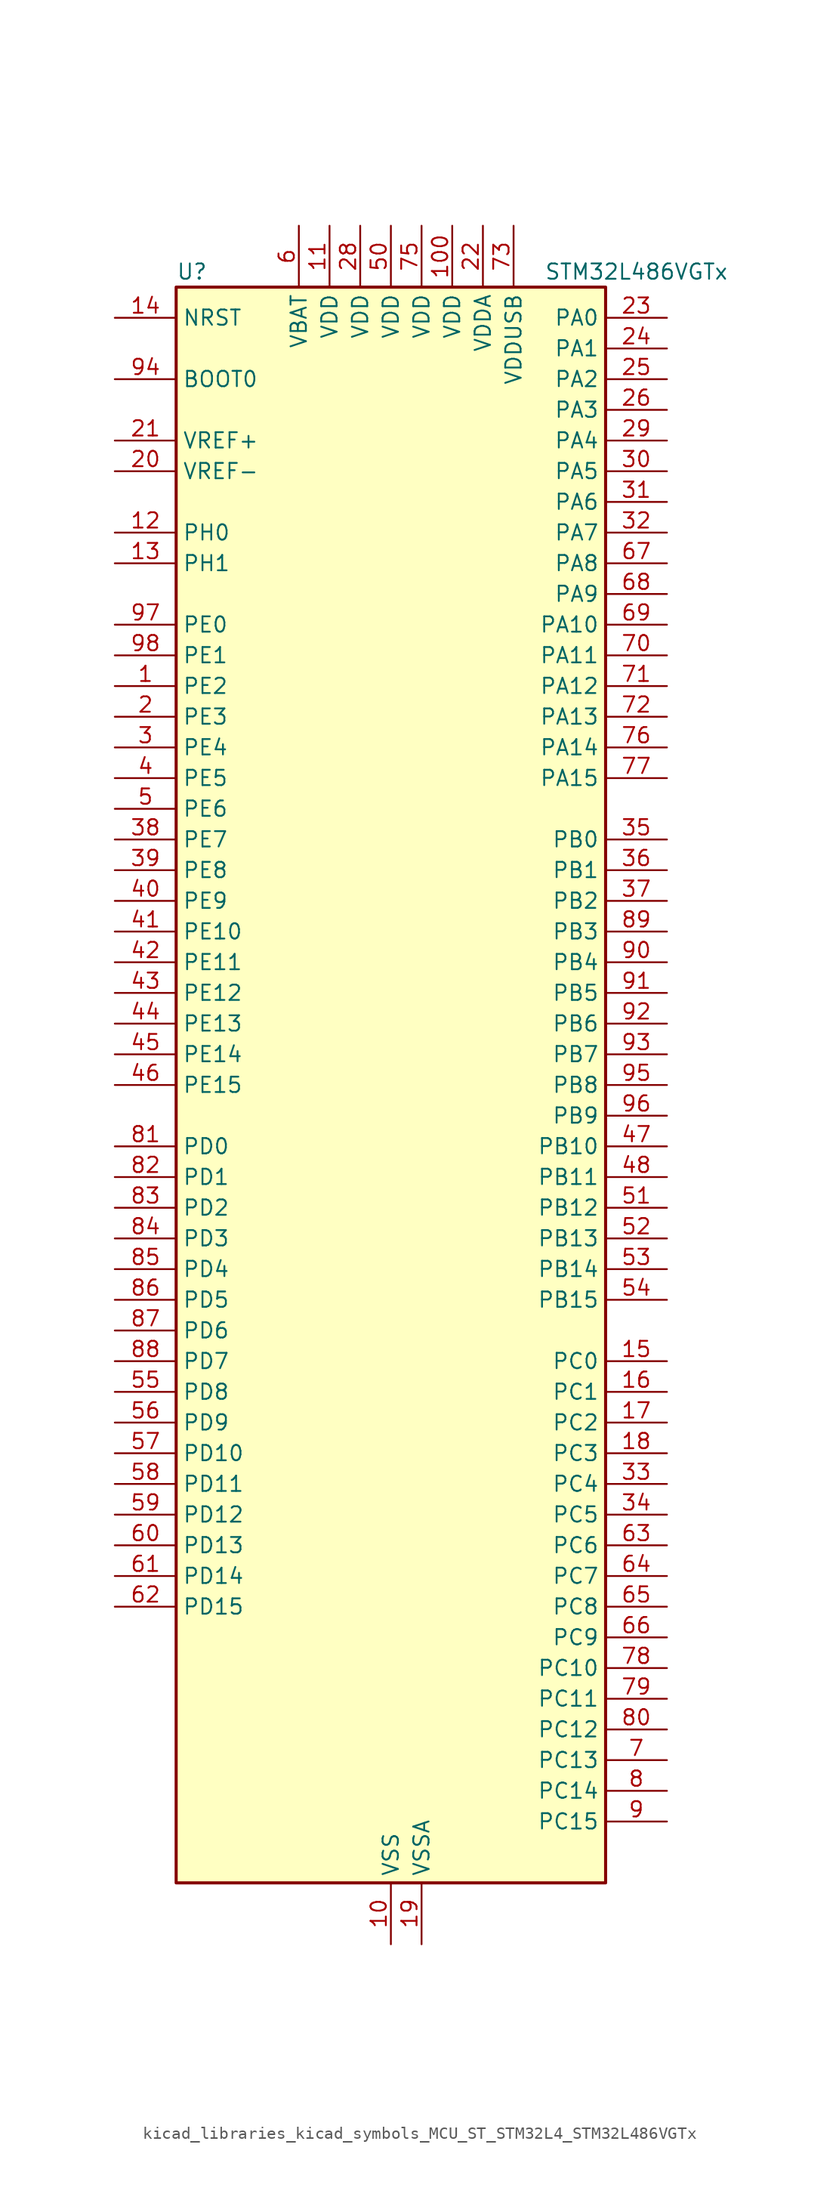
<source format=kicad_sym>
(kicad_symbol_lib
  (version 20220914)
  (generator kicad_symbol_editor)
  (symbol "kicad_libraries_kicad_symbols_MCU_ST_STM32L4_STM32L486VGTx"
    (property "Reference" "U"
      (at -17.78 67.31 0)
      (effects (font (size 1.27 1.27)) (justify left)))
    (property "Value" "STM32L486VGTx"
      (at 12.7 67.31 0)
      (effects (font (size 1.27 1.27)) (justify left)))
    (property "ki_locked" ""
      (at 0 0 0)
      (effects (font (size 1.27 1.27))))
    (symbol "kicad_libraries_kicad_symbols_MCU_ST_STM32L4_STM32L486VGTx_0_1"
      (rectangle (start -17.78 -66.04) (end 17.78 66.04) (stroke (width 0.254) (type default)) (fill (type background))))
    (symbol "kicad_libraries_kicad_symbols_MCU_ST_STM32L4_STM32L486VGTx_1_1"
      (pin bidirectional line (at -22.86 33.02 0) (length 5.08) (name "PE2" (effects (font (size 1.27 1.27)))) (number "1" (effects (font (size 1.27 1.27)))) (alternate "FMC_A23" bidirectional line) (alternate "LCD_SEG38" bidirectional line) (alternate "SAI1_MCLK_A" bidirectional line) (alternate "SYS_TRACECLK" bidirectional line) (alternate "TIM3_ETR" bidirectional line) (alternate "TSC_G7_IO1" bidirectional line))
      (pin power_in line (at 0 -71.12 90) (length 5.08) (name "VSS" (effects (font (size 1.27 1.27)))) (number "10" (effects (font (size 1.27 1.27)))))
      (pin power_in line (at 5.08 71.12 270) (length 5.08) (name "VDD" (effects (font (size 1.27 1.27)))) (number "100" (effects (font (size 1.27 1.27)))))
      (pin power_in line (at -5.08 71.12 270) (length 5.08) (name "VDD" (effects (font (size 1.27 1.27)))) (number "11" (effects (font (size 1.27 1.27)))))
      (pin bidirectional line (at -22.86 45.72 0) (length 5.08) (name "PH0" (effects (font (size 1.27 1.27)))) (number "12" (effects (font (size 1.27 1.27)))) (alternate "RCC_OSC_IN" bidirectional line))
      (pin bidirectional line (at -22.86 43.18 0) (length 5.08) (name "PH1" (effects (font (size 1.27 1.27)))) (number "13" (effects (font (size 1.27 1.27)))) (alternate "RCC_OSC_OUT" bidirectional line))
      (pin input line (at -22.86 63.5 0) (length 5.08) (name "NRST" (effects (font (size 1.27 1.27)))) (number "14" (effects (font (size 1.27 1.27)))))
      (pin bidirectional line (at 22.86 -22.86 180) (length 5.08) (name "PC0" (effects (font (size 1.27 1.27)))) (number "15" (effects (font (size 1.27 1.27)))) (alternate "ADC1_IN1" bidirectional line) (alternate "ADC2_IN1" bidirectional line) (alternate "ADC3_IN1" bidirectional line) (alternate "DFSDM1_DATIN4" bidirectional line) (alternate "I2C3_SCL" bidirectional line) (alternate "LCD_SEG18" bidirectional line) (alternate "LPTIM1_IN1" bidirectional line) (alternate "LPTIM2_IN1" bidirectional line) (alternate "LPUART1_RX" bidirectional line))
      (pin bidirectional line (at 22.86 -25.4 180) (length 5.08) (name "PC1" (effects (font (size 1.27 1.27)))) (number "16" (effects (font (size 1.27 1.27)))) (alternate "ADC1_IN2" bidirectional line) (alternate "ADC2_IN2" bidirectional line) (alternate "ADC3_IN2" bidirectional line) (alternate "DFSDM1_CKIN4" bidirectional line) (alternate "I2C3_SDA" bidirectional line) (alternate "LCD_SEG19" bidirectional line) (alternate "LPTIM1_OUT" bidirectional line) (alternate "LPUART1_TX" bidirectional line))
      (pin bidirectional line (at 22.86 -27.94 180) (length 5.08) (name "PC2" (effects (font (size 1.27 1.27)))) (number "17" (effects (font (size 1.27 1.27)))) (alternate "ADC1_IN3" bidirectional line) (alternate "ADC2_IN3" bidirectional line) (alternate "ADC3_IN3" bidirectional line) (alternate "DFSDM1_CKOUT" bidirectional line) (alternate "LCD_SEG20" bidirectional line) (alternate "LPTIM1_IN2" bidirectional line) (alternate "SPI2_MISO" bidirectional line))
      (pin bidirectional line (at 22.86 -30.48 180) (length 5.08) (name "PC3" (effects (font (size 1.27 1.27)))) (number "18" (effects (font (size 1.27 1.27)))) (alternate "ADC1_IN4" bidirectional line) (alternate "ADC2_IN4" bidirectional line) (alternate "ADC3_IN4" bidirectional line) (alternate "LCD_VLCD" bidirectional line) (alternate "LPTIM1_ETR" bidirectional line) (alternate "LPTIM2_ETR" bidirectional line) (alternate "SAI1_SD_A" bidirectional line) (alternate "SPI2_MOSI" bidirectional line))
      (pin power_in line (at 2.54 -71.12 90) (length 5.08) (name "VSSA" (effects (font (size 1.27 1.27)))) (number "19" (effects (font (size 1.27 1.27)))))
      (pin bidirectional line (at -22.86 30.48 0) (length 5.08) (name "PE3" (effects (font (size 1.27 1.27)))) (number "2" (effects (font (size 1.27 1.27)))) (alternate "FMC_A19" bidirectional line) (alternate "LCD_SEG39" bidirectional line) (alternate "SAI1_SD_B" bidirectional line) (alternate "SYS_TRACED0" bidirectional line) (alternate "TIM3_CH1" bidirectional line) (alternate "TSC_G7_IO2" bidirectional line))
      (pin input line (at -22.86 50.8 0) (length 5.08) (name "VREF-" (effects (font (size 1.27 1.27)))) (number "20" (effects (font (size 1.27 1.27)))))
      (pin input line (at -22.86 53.34 0) (length 5.08) (name "VREF+" (effects (font (size 1.27 1.27)))) (number "21" (effects (font (size 1.27 1.27)))) (alternate "VREFBUF_OUT" bidirectional line))
      (pin power_in line (at 7.62 71.12 270) (length 5.08) (name "VDDA" (effects (font (size 1.27 1.27)))) (number "22" (effects (font (size 1.27 1.27)))))
      (pin bidirectional line (at 22.86 63.5 180) (length 5.08) (name "PA0" (effects (font (size 1.27 1.27)))) (number "23" (effects (font (size 1.27 1.27)))) (alternate "ADC1_IN5" bidirectional line) (alternate "ADC2_IN5" bidirectional line) (alternate "OPAMP1_VINP" bidirectional line) (alternate "RTC_TAMP2" bidirectional line) (alternate "SAI1_EXTCLK" bidirectional line) (alternate "SYS_WKUP1" bidirectional line) (alternate "TIM2_CH1" bidirectional line) (alternate "TIM2_ETR" bidirectional line) (alternate "TIM5_CH1" bidirectional line) (alternate "TIM8_ETR" bidirectional line) (alternate "UART4_TX" bidirectional line) (alternate "USART2_CTS" bidirectional line))
      (pin bidirectional line (at 22.86 60.96 180) (length 5.08) (name "PA1" (effects (font (size 1.27 1.27)))) (number "24" (effects (font (size 1.27 1.27)))) (alternate "ADC1_IN6" bidirectional line) (alternate "ADC2_IN6" bidirectional line) (alternate "LCD_SEG0" bidirectional line) (alternate "OPAMP1_VINM" bidirectional line) (alternate "TIM15_CH1N" bidirectional line) (alternate "TIM2_CH2" bidirectional line) (alternate "TIM5_CH2" bidirectional line) (alternate "UART4_RX" bidirectional line) (alternate "USART2_DE" bidirectional line) (alternate "USART2_RTS" bidirectional line))
      (pin bidirectional line (at 22.86 58.42 180) (length 5.08) (name "PA2" (effects (font (size 1.27 1.27)))) (number "25" (effects (font (size 1.27 1.27)))) (alternate "ADC1_IN7" bidirectional line) (alternate "ADC2_IN7" bidirectional line) (alternate "LCD_SEG1" bidirectional line) (alternate "RCC_LSCO" bidirectional line) (alternate "SAI2_EXTCLK" bidirectional line) (alternate "SYS_WKUP4" bidirectional line) (alternate "TIM15_CH1" bidirectional line) (alternate "TIM2_CH3" bidirectional line) (alternate "TIM5_CH3" bidirectional line) (alternate "USART2_TX" bidirectional line))
      (pin bidirectional line (at 22.86 55.88 180) (length 5.08) (name "PA3" (effects (font (size 1.27 1.27)))) (number "26" (effects (font (size 1.27 1.27)))) (alternate "ADC1_IN8" bidirectional line) (alternate "ADC2_IN8" bidirectional line) (alternate "LCD_SEG2" bidirectional line) (alternate "OPAMP1_VOUT" bidirectional line) (alternate "TIM15_CH2" bidirectional line) (alternate "TIM2_CH4" bidirectional line) (alternate "TIM5_CH4" bidirectional line) (alternate "USART2_RX" bidirectional line))
      (pin passive line (at 0 -71.12 90) (length 5.08) hide (name "VSS" (effects (font (size 1.27 1.27)))) (number "27" (effects (font (size 1.27 1.27)))))
      (pin power_in line (at -2.54 71.12 270) (length 5.08) (name "VDD" (effects (font (size 1.27 1.27)))) (number "28" (effects (font (size 1.27 1.27)))))
      (pin bidirectional line (at 22.86 53.34 180) (length 5.08) (name "PA4" (effects (font (size 1.27 1.27)))) (number "29" (effects (font (size 1.27 1.27)))) (alternate "ADC1_IN9" bidirectional line) (alternate "ADC2_IN9" bidirectional line) (alternate "DAC1_OUT1" bidirectional line) (alternate "LPTIM2_OUT" bidirectional line) (alternate "SAI1_FS_B" bidirectional line) (alternate "SPI1_NSS" bidirectional line) (alternate "SPI3_NSS" bidirectional line) (alternate "USART2_CK" bidirectional line))
      (pin bidirectional line (at -22.86 27.94 0) (length 5.08) (name "PE4" (effects (font (size 1.27 1.27)))) (number "3" (effects (font (size 1.27 1.27)))) (alternate "DFSDM1_DATIN3" bidirectional line) (alternate "FMC_A20" bidirectional line) (alternate "SAI1_FS_A" bidirectional line) (alternate "SYS_TRACED1" bidirectional line) (alternate "TIM3_CH2" bidirectional line) (alternate "TSC_G7_IO3" bidirectional line))
      (pin bidirectional line (at 22.86 50.8 180) (length 5.08) (name "PA5" (effects (font (size 1.27 1.27)))) (number "30" (effects (font (size 1.27 1.27)))) (alternate "ADC1_IN10" bidirectional line) (alternate "ADC2_IN10" bidirectional line) (alternate "DAC1_OUT2" bidirectional line) (alternate "LPTIM2_ETR" bidirectional line) (alternate "SPI1_SCK" bidirectional line) (alternate "TIM2_CH1" bidirectional line) (alternate "TIM2_ETR" bidirectional line) (alternate "TIM8_CH1N" bidirectional line))
      (pin bidirectional line (at 22.86 48.26 180) (length 5.08) (name "PA6" (effects (font (size 1.27 1.27)))) (number "31" (effects (font (size 1.27 1.27)))) (alternate "ADC1_IN11" bidirectional line) (alternate "ADC2_IN11" bidirectional line) (alternate "LCD_SEG3" bidirectional line) (alternate "OPAMP2_VINP" bidirectional line) (alternate "QUADSPI_BK1_IO3" bidirectional line) (alternate "SPI1_MISO" bidirectional line) (alternate "TIM16_CH1" bidirectional line) (alternate "TIM1_BKIN" bidirectional line) (alternate "TIM1_BKIN_COMP2" bidirectional line) (alternate "TIM3_CH1" bidirectional line) (alternate "TIM8_BKIN" bidirectional line) (alternate "TIM8_BKIN_COMP2" bidirectional line) (alternate "USART3_CTS" bidirectional line))
      (pin bidirectional line (at 22.86 45.72 180) (length 5.08) (name "PA7" (effects (font (size 1.27 1.27)))) (number "32" (effects (font (size 1.27 1.27)))) (alternate "ADC1_IN12" bidirectional line) (alternate "ADC2_IN12" bidirectional line) (alternate "LCD_SEG4" bidirectional line) (alternate "OPAMP2_VINM" bidirectional line) (alternate "QUADSPI_BK1_IO2" bidirectional line) (alternate "SPI1_MOSI" bidirectional line) (alternate "TIM17_CH1" bidirectional line) (alternate "TIM1_CH1N" bidirectional line) (alternate "TIM3_CH2" bidirectional line) (alternate "TIM8_CH1N" bidirectional line))
      (pin bidirectional line (at 22.86 -33.02 180) (length 5.08) (name "PC4" (effects (font (size 1.27 1.27)))) (number "33" (effects (font (size 1.27 1.27)))) (alternate "ADC1_IN13" bidirectional line) (alternate "ADC2_IN13" bidirectional line) (alternate "COMP1_INM" bidirectional line) (alternate "LCD_SEG22" bidirectional line) (alternate "USART3_TX" bidirectional line))
      (pin bidirectional line (at 22.86 -35.56 180) (length 5.08) (name "PC5" (effects (font (size 1.27 1.27)))) (number "34" (effects (font (size 1.27 1.27)))) (alternate "ADC1_IN14" bidirectional line) (alternate "ADC2_IN14" bidirectional line) (alternate "COMP1_INP" bidirectional line) (alternate "LCD_SEG23" bidirectional line) (alternate "SYS_WKUP5" bidirectional line) (alternate "USART3_RX" bidirectional line))
      (pin bidirectional line (at 22.86 20.32 180) (length 5.08) (name "PB0" (effects (font (size 1.27 1.27)))) (number "35" (effects (font (size 1.27 1.27)))) (alternate "ADC1_IN15" bidirectional line) (alternate "ADC2_IN15" bidirectional line) (alternate "COMP1_OUT" bidirectional line) (alternate "LCD_SEG5" bidirectional line) (alternate "OPAMP2_VOUT" bidirectional line) (alternate "QUADSPI_BK1_IO1" bidirectional line) (alternate "TIM1_CH2N" bidirectional line) (alternate "TIM3_CH3" bidirectional line) (alternate "TIM8_CH2N" bidirectional line) (alternate "USART3_CK" bidirectional line))
      (pin bidirectional line (at 22.86 17.78 180) (length 5.08) (name "PB1" (effects (font (size 1.27 1.27)))) (number "36" (effects (font (size 1.27 1.27)))) (alternate "ADC1_IN16" bidirectional line) (alternate "ADC2_IN16" bidirectional line) (alternate "COMP1_INM" bidirectional line) (alternate "DFSDM1_DATIN0" bidirectional line) (alternate "LCD_SEG6" bidirectional line) (alternate "LPTIM2_IN1" bidirectional line) (alternate "QUADSPI_BK1_IO0" bidirectional line) (alternate "TIM1_CH3N" bidirectional line) (alternate "TIM3_CH4" bidirectional line) (alternate "TIM8_CH3N" bidirectional line) (alternate "USART3_DE" bidirectional line) (alternate "USART3_RTS" bidirectional line))
      (pin bidirectional line (at 22.86 15.24 180) (length 5.08) (name "PB2" (effects (font (size 1.27 1.27)))) (number "37" (effects (font (size 1.27 1.27)))) (alternate "COMP1_INP" bidirectional line) (alternate "DFSDM1_CKIN0" bidirectional line) (alternate "I2C3_SMBA" bidirectional line) (alternate "LPTIM1_OUT" bidirectional line) (alternate "RTC_OUT_ALARM" bidirectional line) (alternate "RTC_OUT_CALIB" bidirectional line))
      (pin bidirectional line (at -22.86 20.32 0) (length 5.08) (name "PE7" (effects (font (size 1.27 1.27)))) (number "38" (effects (font (size 1.27 1.27)))) (alternate "DFSDM1_DATIN2" bidirectional line) (alternate "FMC_D4" bidirectional line) (alternate "FMC_DA4" bidirectional line) (alternate "SAI1_SD_B" bidirectional line) (alternate "TIM1_ETR" bidirectional line))
      (pin bidirectional line (at -22.86 17.78 0) (length 5.08) (name "PE8" (effects (font (size 1.27 1.27)))) (number "39" (effects (font (size 1.27 1.27)))) (alternate "DFSDM1_CKIN2" bidirectional line) (alternate "FMC_D5" bidirectional line) (alternate "FMC_DA5" bidirectional line) (alternate "SAI1_SCK_B" bidirectional line) (alternate "TIM1_CH1N" bidirectional line))
      (pin bidirectional line (at -22.86 25.4 0) (length 5.08) (name "PE5" (effects (font (size 1.27 1.27)))) (number "4" (effects (font (size 1.27 1.27)))) (alternate "DFSDM1_CKIN3" bidirectional line) (alternate "FMC_A21" bidirectional line) (alternate "SAI1_SCK_A" bidirectional line) (alternate "SYS_TRACED2" bidirectional line) (alternate "TIM3_CH3" bidirectional line) (alternate "TSC_G7_IO4" bidirectional line))
      (pin bidirectional line (at -22.86 15.24 0) (length 5.08) (name "PE9" (effects (font (size 1.27 1.27)))) (number "40" (effects (font (size 1.27 1.27)))) (alternate "DAC1_EXTI9" bidirectional line) (alternate "DFSDM1_CKOUT" bidirectional line) (alternate "FMC_D6" bidirectional line) (alternate "FMC_DA6" bidirectional line) (alternate "SAI1_FS_B" bidirectional line) (alternate "TIM1_CH1" bidirectional line))
      (pin bidirectional line (at -22.86 12.7 0) (length 5.08) (name "PE10" (effects (font (size 1.27 1.27)))) (number "41" (effects (font (size 1.27 1.27)))) (alternate "DFSDM1_DATIN4" bidirectional line) (alternate "FMC_D7" bidirectional line) (alternate "FMC_DA7" bidirectional line) (alternate "QUADSPI_CLK" bidirectional line) (alternate "SAI1_MCLK_B" bidirectional line) (alternate "TIM1_CH2N" bidirectional line) (alternate "TSC_G5_IO1" bidirectional line))
      (pin bidirectional line (at -22.86 10.16 0) (length 5.08) (name "PE11" (effects (font (size 1.27 1.27)))) (number "42" (effects (font (size 1.27 1.27)))) (alternate "ADC1_EXTI11" bidirectional line) (alternate "ADC2_EXTI11" bidirectional line) (alternate "ADC3_EXTI11" bidirectional line) (alternate "DFSDM1_CKIN4" bidirectional line) (alternate "FMC_D8" bidirectional line) (alternate "FMC_DA8" bidirectional line) (alternate "QUADSPI_NCS" bidirectional line) (alternate "TIM1_CH2" bidirectional line) (alternate "TSC_G5_IO2" bidirectional line))
      (pin bidirectional line (at -22.86 7.62 0) (length 5.08) (name "PE12" (effects (font (size 1.27 1.27)))) (number "43" (effects (font (size 1.27 1.27)))) (alternate "DFSDM1_DATIN5" bidirectional line) (alternate "FMC_D9" bidirectional line) (alternate "FMC_DA9" bidirectional line) (alternate "QUADSPI_BK1_IO0" bidirectional line) (alternate "SPI1_NSS" bidirectional line) (alternate "TIM1_CH3N" bidirectional line) (alternate "TSC_G5_IO3" bidirectional line))
      (pin bidirectional line (at -22.86 5.08 0) (length 5.08) (name "PE13" (effects (font (size 1.27 1.27)))) (number "44" (effects (font (size 1.27 1.27)))) (alternate "DFSDM1_CKIN5" bidirectional line) (alternate "FMC_D10" bidirectional line) (alternate "FMC_DA10" bidirectional line) (alternate "QUADSPI_BK1_IO1" bidirectional line) (alternate "SPI1_SCK" bidirectional line) (alternate "TIM1_CH3" bidirectional line) (alternate "TSC_G5_IO4" bidirectional line))
      (pin bidirectional line (at -22.86 2.54 0) (length 5.08) (name "PE14" (effects (font (size 1.27 1.27)))) (number "45" (effects (font (size 1.27 1.27)))) (alternate "FMC_D11" bidirectional line) (alternate "FMC_DA11" bidirectional line) (alternate "QUADSPI_BK1_IO2" bidirectional line) (alternate "SPI1_MISO" bidirectional line) (alternate "TIM1_BKIN2" bidirectional line) (alternate "TIM1_BKIN2_COMP2" bidirectional line) (alternate "TIM1_CH4" bidirectional line))
      (pin bidirectional line (at -22.86 0 0) (length 5.08) (name "PE15" (effects (font (size 1.27 1.27)))) (number "46" (effects (font (size 1.27 1.27)))) (alternate "ADC1_EXTI15" bidirectional line) (alternate "ADC2_EXTI15" bidirectional line) (alternate "ADC3_EXTI15" bidirectional line) (alternate "FMC_D12" bidirectional line) (alternate "FMC_DA12" bidirectional line) (alternate "QUADSPI_BK1_IO3" bidirectional line) (alternate "SPI1_MOSI" bidirectional line) (alternate "TIM1_BKIN" bidirectional line) (alternate "TIM1_BKIN_COMP1" bidirectional line))
      (pin bidirectional line (at 22.86 -5.08 180) (length 5.08) (name "PB10" (effects (font (size 1.27 1.27)))) (number "47" (effects (font (size 1.27 1.27)))) (alternate "COMP1_OUT" bidirectional line) (alternate "DFSDM1_DATIN7" bidirectional line) (alternate "I2C2_SCL" bidirectional line) (alternate "LCD_SEG10" bidirectional line) (alternate "LPUART1_RX" bidirectional line) (alternate "QUADSPI_CLK" bidirectional line) (alternate "SAI1_SCK_A" bidirectional line) (alternate "SPI2_SCK" bidirectional line) (alternate "TIM2_CH3" bidirectional line) (alternate "USART3_TX" bidirectional line))
      (pin bidirectional line (at 22.86 -7.62 180) (length 5.08) (name "PB11" (effects (font (size 1.27 1.27)))) (number "48" (effects (font (size 1.27 1.27)))) (alternate "ADC1_EXTI11" bidirectional line) (alternate "ADC2_EXTI11" bidirectional line) (alternate "ADC3_EXTI11" bidirectional line) (alternate "COMP2_OUT" bidirectional line) (alternate "DFSDM1_CKIN7" bidirectional line) (alternate "I2C2_SDA" bidirectional line) (alternate "LCD_SEG11" bidirectional line) (alternate "LPUART1_TX" bidirectional line) (alternate "QUADSPI_NCS" bidirectional line) (alternate "TIM2_CH4" bidirectional line) (alternate "USART3_RX" bidirectional line))
      (pin passive line (at 0 -71.12 90) (length 5.08) hide (name "VSS" (effects (font (size 1.27 1.27)))) (number "49" (effects (font (size 1.27 1.27)))))
      (pin bidirectional line (at -22.86 22.86 0) (length 5.08) (name "PE6" (effects (font (size 1.27 1.27)))) (number "5" (effects (font (size 1.27 1.27)))) (alternate "FMC_A22" bidirectional line) (alternate "RTC_TAMP3" bidirectional line) (alternate "SAI1_SD_A" bidirectional line) (alternate "SYS_TRACED3" bidirectional line) (alternate "SYS_WKUP3" bidirectional line) (alternate "TIM3_CH4" bidirectional line))
      (pin power_in line (at 0 71.12 270) (length 5.08) (name "VDD" (effects (font (size 1.27 1.27)))) (number "50" (effects (font (size 1.27 1.27)))))
      (pin bidirectional line (at 22.86 -10.16 180) (length 5.08) (name "PB12" (effects (font (size 1.27 1.27)))) (number "51" (effects (font (size 1.27 1.27)))) (alternate "DFSDM1_DATIN1" bidirectional line) (alternate "I2C2_SMBA" bidirectional line) (alternate "LCD_SEG12" bidirectional line) (alternate "LPUART1_DE" bidirectional line) (alternate "LPUART1_RTS" bidirectional line) (alternate "SAI2_FS_A" bidirectional line) (alternate "SPI2_NSS" bidirectional line) (alternate "SWPMI1_IO" bidirectional line) (alternate "TIM15_BKIN" bidirectional line) (alternate "TIM1_BKIN" bidirectional line) (alternate "TIM1_BKIN_COMP2" bidirectional line) (alternate "TSC_G1_IO1" bidirectional line) (alternate "USART3_CK" bidirectional line))
      (pin bidirectional line (at 22.86 -12.7 180) (length 5.08) (name "PB13" (effects (font (size 1.27 1.27)))) (number "52" (effects (font (size 1.27 1.27)))) (alternate "DFSDM1_CKIN1" bidirectional line) (alternate "I2C2_SCL" bidirectional line) (alternate "LCD_SEG13" bidirectional line) (alternate "LPUART1_CTS" bidirectional line) (alternate "SAI2_SCK_A" bidirectional line) (alternate "SPI2_SCK" bidirectional line) (alternate "SWPMI1_TX" bidirectional line) (alternate "TIM15_CH1N" bidirectional line) (alternate "TIM1_CH1N" bidirectional line) (alternate "TSC_G1_IO2" bidirectional line) (alternate "USART3_CTS" bidirectional line))
      (pin bidirectional line (at 22.86 -15.24 180) (length 5.08) (name "PB14" (effects (font (size 1.27 1.27)))) (number "53" (effects (font (size 1.27 1.27)))) (alternate "DFSDM1_DATIN2" bidirectional line) (alternate "I2C2_SDA" bidirectional line) (alternate "LCD_SEG14" bidirectional line) (alternate "SAI2_MCLK_A" bidirectional line) (alternate "SPI2_MISO" bidirectional line) (alternate "SWPMI1_RX" bidirectional line) (alternate "TIM15_CH1" bidirectional line) (alternate "TIM1_CH2N" bidirectional line) (alternate "TIM8_CH2N" bidirectional line) (alternate "TSC_G1_IO3" bidirectional line) (alternate "USART3_DE" bidirectional line) (alternate "USART3_RTS" bidirectional line))
      (pin bidirectional line (at 22.86 -17.78 180) (length 5.08) (name "PB15" (effects (font (size 1.27 1.27)))) (number "54" (effects (font (size 1.27 1.27)))) (alternate "ADC1_EXTI15" bidirectional line) (alternate "ADC2_EXTI15" bidirectional line) (alternate "ADC3_EXTI15" bidirectional line) (alternate "DFSDM1_CKIN2" bidirectional line) (alternate "LCD_SEG15" bidirectional line) (alternate "RTC_REFIN" bidirectional line) (alternate "SAI2_SD_A" bidirectional line) (alternate "SPI2_MOSI" bidirectional line) (alternate "SWPMI1_SUSPEND" bidirectional line) (alternate "TIM15_CH2" bidirectional line) (alternate "TIM1_CH3N" bidirectional line) (alternate "TIM8_CH3N" bidirectional line) (alternate "TSC_G1_IO4" bidirectional line))
      (pin bidirectional line (at -22.86 -25.4 0) (length 5.08) (name "PD8" (effects (font (size 1.27 1.27)))) (number "55" (effects (font (size 1.27 1.27)))) (alternate "FMC_D13" bidirectional line) (alternate "FMC_DA13" bidirectional line) (alternate "LCD_SEG28" bidirectional line) (alternate "USART3_TX" bidirectional line))
      (pin bidirectional line (at -22.86 -27.94 0) (length 5.08) (name "PD9" (effects (font (size 1.27 1.27)))) (number "56" (effects (font (size 1.27 1.27)))) (alternate "DAC1_EXTI9" bidirectional line) (alternate "FMC_D14" bidirectional line) (alternate "FMC_DA14" bidirectional line) (alternate "LCD_SEG29" bidirectional line) (alternate "SAI2_MCLK_A" bidirectional line) (alternate "USART3_RX" bidirectional line))
      (pin bidirectional line (at -22.86 -30.48 0) (length 5.08) (name "PD10" (effects (font (size 1.27 1.27)))) (number "57" (effects (font (size 1.27 1.27)))) (alternate "FMC_D15" bidirectional line) (alternate "FMC_DA15" bidirectional line) (alternate "LCD_SEG30" bidirectional line) (alternate "SAI2_SCK_A" bidirectional line) (alternate "TSC_G6_IO1" bidirectional line) (alternate "USART3_CK" bidirectional line))
      (pin bidirectional line (at -22.86 -33.02 0) (length 5.08) (name "PD11" (effects (font (size 1.27 1.27)))) (number "58" (effects (font (size 1.27 1.27)))) (alternate "ADC1_EXTI11" bidirectional line) (alternate "ADC2_EXTI11" bidirectional line) (alternate "ADC3_EXTI11" bidirectional line) (alternate "FMC_A16" bidirectional line) (alternate "FMC_CLE" bidirectional line) (alternate "LCD_SEG31" bidirectional line) (alternate "LPTIM2_ETR" bidirectional line) (alternate "SAI2_SD_A" bidirectional line) (alternate "TSC_G6_IO2" bidirectional line) (alternate "USART3_CTS" bidirectional line))
      (pin bidirectional line (at -22.86 -35.56 0) (length 5.08) (name "PD12" (effects (font (size 1.27 1.27)))) (number "59" (effects (font (size 1.27 1.27)))) (alternate "FMC_A17" bidirectional line) (alternate "FMC_ALE" bidirectional line) (alternate "LCD_SEG32" bidirectional line) (alternate "LPTIM2_IN1" bidirectional line) (alternate "SAI2_FS_A" bidirectional line) (alternate "TIM4_CH1" bidirectional line) (alternate "TSC_G6_IO3" bidirectional line) (alternate "USART3_DE" bidirectional line) (alternate "USART3_RTS" bidirectional line))
      (pin power_in line (at -7.62 71.12 270) (length 5.08) (name "VBAT" (effects (font (size 1.27 1.27)))) (number "6" (effects (font (size 1.27 1.27)))))
      (pin bidirectional line (at -22.86 -38.1 0) (length 5.08) (name "PD13" (effects (font (size 1.27 1.27)))) (number "60" (effects (font (size 1.27 1.27)))) (alternate "FMC_A18" bidirectional line) (alternate "LCD_SEG33" bidirectional line) (alternate "LPTIM2_OUT" bidirectional line) (alternate "TIM4_CH2" bidirectional line) (alternate "TSC_G6_IO4" bidirectional line))
      (pin bidirectional line (at -22.86 -40.64 0) (length 5.08) (name "PD14" (effects (font (size 1.27 1.27)))) (number "61" (effects (font (size 1.27 1.27)))) (alternate "FMC_D0" bidirectional line) (alternate "FMC_DA0" bidirectional line) (alternate "LCD_SEG34" bidirectional line) (alternate "TIM4_CH3" bidirectional line))
      (pin bidirectional line (at -22.86 -43.18 0) (length 5.08) (name "PD15" (effects (font (size 1.27 1.27)))) (number "62" (effects (font (size 1.27 1.27)))) (alternate "ADC1_EXTI15" bidirectional line) (alternate "ADC2_EXTI15" bidirectional line) (alternate "ADC3_EXTI15" bidirectional line) (alternate "FMC_D1" bidirectional line) (alternate "FMC_DA1" bidirectional line) (alternate "LCD_SEG35" bidirectional line) (alternate "TIM4_CH4" bidirectional line))
      (pin bidirectional line (at 22.86 -38.1 180) (length 5.08) (name "PC6" (effects (font (size 1.27 1.27)))) (number "63" (effects (font (size 1.27 1.27)))) (alternate "DFSDM1_CKIN3" bidirectional line) (alternate "LCD_SEG24" bidirectional line) (alternate "SAI2_MCLK_A" bidirectional line) (alternate "SDMMC1_D6" bidirectional line) (alternate "TIM3_CH1" bidirectional line) (alternate "TIM8_CH1" bidirectional line) (alternate "TSC_G4_IO1" bidirectional line))
      (pin bidirectional line (at 22.86 -40.64 180) (length 5.08) (name "PC7" (effects (font (size 1.27 1.27)))) (number "64" (effects (font (size 1.27 1.27)))) (alternate "DFSDM1_DATIN3" bidirectional line) (alternate "LCD_SEG25" bidirectional line) (alternate "SAI2_MCLK_B" bidirectional line) (alternate "SDMMC1_D7" bidirectional line) (alternate "TIM3_CH2" bidirectional line) (alternate "TIM8_CH2" bidirectional line) (alternate "TSC_G4_IO2" bidirectional line))
      (pin bidirectional line (at 22.86 -43.18 180) (length 5.08) (name "PC8" (effects (font (size 1.27 1.27)))) (number "65" (effects (font (size 1.27 1.27)))) (alternate "LCD_SEG26" bidirectional line) (alternate "SDMMC1_D0" bidirectional line) (alternate "TIM3_CH3" bidirectional line) (alternate "TIM8_CH3" bidirectional line) (alternate "TSC_G4_IO3" bidirectional line))
      (pin bidirectional line (at 22.86 -45.72 180) (length 5.08) (name "PC9" (effects (font (size 1.27 1.27)))) (number "66" (effects (font (size 1.27 1.27)))) (alternate "DAC1_EXTI9" bidirectional line) (alternate "LCD_SEG27" bidirectional line) (alternate "SAI2_EXTCLK" bidirectional line) (alternate "SDMMC1_D1" bidirectional line) (alternate "TIM3_CH4" bidirectional line) (alternate "TIM8_BKIN2" bidirectional line) (alternate "TIM8_BKIN2_COMP1" bidirectional line) (alternate "TIM8_CH4" bidirectional line) (alternate "TSC_G4_IO4" bidirectional line) (alternate "USB_OTG_FS_NOE" bidirectional line))
      (pin bidirectional line (at 22.86 43.18 180) (length 5.08) (name "PA8" (effects (font (size 1.27 1.27)))) (number "67" (effects (font (size 1.27 1.27)))) (alternate "LCD_COM0" bidirectional line) (alternate "LPTIM2_OUT" bidirectional line) (alternate "RCC_MCO" bidirectional line) (alternate "TIM1_CH1" bidirectional line) (alternate "USART1_CK" bidirectional line) (alternate "USB_OTG_FS_SOF" bidirectional line))
      (pin bidirectional line (at 22.86 40.64 180) (length 5.08) (name "PA9" (effects (font (size 1.27 1.27)))) (number "68" (effects (font (size 1.27 1.27)))) (alternate "DAC1_EXTI9" bidirectional line) (alternate "LCD_COM1" bidirectional line) (alternate "TIM15_BKIN" bidirectional line) (alternate "TIM1_CH2" bidirectional line) (alternate "USART1_TX" bidirectional line) (alternate "USB_OTG_FS_VBUS" bidirectional line))
      (pin bidirectional line (at 22.86 38.1 180) (length 5.08) (name "PA10" (effects (font (size 1.27 1.27)))) (number "69" (effects (font (size 1.27 1.27)))) (alternate "LCD_COM2" bidirectional line) (alternate "TIM17_BKIN" bidirectional line) (alternate "TIM1_CH3" bidirectional line) (alternate "USART1_RX" bidirectional line) (alternate "USB_OTG_FS_ID" bidirectional line))
      (pin bidirectional line (at 22.86 -55.88 180) (length 5.08) (name "PC13" (effects (font (size 1.27 1.27)))) (number "7" (effects (font (size 1.27 1.27)))) (alternate "RTC_OUT_ALARM" bidirectional line) (alternate "RTC_OUT_CALIB" bidirectional line) (alternate "RTC_TAMP1" bidirectional line) (alternate "RTC_TS" bidirectional line) (alternate "SYS_WKUP2" bidirectional line))
      (pin bidirectional line (at 22.86 35.56 180) (length 5.08) (name "PA11" (effects (font (size 1.27 1.27)))) (number "70" (effects (font (size 1.27 1.27)))) (alternate "ADC1_EXTI11" bidirectional line) (alternate "ADC2_EXTI11" bidirectional line) (alternate "ADC3_EXTI11" bidirectional line) (alternate "CAN1_RX" bidirectional line) (alternate "TIM1_BKIN2" bidirectional line) (alternate "TIM1_BKIN2_COMP1" bidirectional line) (alternate "TIM1_CH4" bidirectional line) (alternate "USART1_CTS" bidirectional line) (alternate "USB_OTG_FS_DM" bidirectional line))
      (pin bidirectional line (at 22.86 33.02 180) (length 5.08) (name "PA12" (effects (font (size 1.27 1.27)))) (number "71" (effects (font (size 1.27 1.27)))) (alternate "CAN1_TX" bidirectional line) (alternate "TIM1_ETR" bidirectional line) (alternate "USART1_DE" bidirectional line) (alternate "USART1_RTS" bidirectional line) (alternate "USB_OTG_FS_DP" bidirectional line))
      (pin bidirectional line (at 22.86 30.48 180) (length 5.08) (name "PA13" (effects (font (size 1.27 1.27)))) (number "72" (effects (font (size 1.27 1.27)))) (alternate "IR_OUT" bidirectional line) (alternate "SYS_JTMS-SWDIO" bidirectional line) (alternate "USB_OTG_FS_NOE" bidirectional line))
      (pin power_in line (at 10.16 71.12 270) (length 5.08) (name "VDDUSB" (effects (font (size 1.27 1.27)))) (number "73" (effects (font (size 1.27 1.27)))))
      (pin passive line (at 0 -71.12 90) (length 5.08) hide (name "VSS" (effects (font (size 1.27 1.27)))) (number "74" (effects (font (size 1.27 1.27)))))
      (pin power_in line (at 2.54 71.12 270) (length 5.08) (name "VDD" (effects (font (size 1.27 1.27)))) (number "75" (effects (font (size 1.27 1.27)))))
      (pin bidirectional line (at 22.86 27.94 180) (length 5.08) (name "PA14" (effects (font (size 1.27 1.27)))) (number "76" (effects (font (size 1.27 1.27)))) (alternate "SYS_JTCK-SWCLK" bidirectional line))
      (pin bidirectional line (at 22.86 25.4 180) (length 5.08) (name "PA15" (effects (font (size 1.27 1.27)))) (number "77" (effects (font (size 1.27 1.27)))) (alternate "ADC1_EXTI15" bidirectional line) (alternate "ADC2_EXTI15" bidirectional line) (alternate "ADC3_EXTI15" bidirectional line) (alternate "LCD_SEG17" bidirectional line) (alternate "SAI2_FS_B" bidirectional line) (alternate "SPI1_NSS" bidirectional line) (alternate "SPI3_NSS" bidirectional line) (alternate "SYS_JTDI" bidirectional line) (alternate "TIM2_CH1" bidirectional line) (alternate "TIM2_ETR" bidirectional line) (alternate "TSC_G3_IO1" bidirectional line) (alternate "UART4_DE" bidirectional line) (alternate "UART4_RTS" bidirectional line))
      (pin bidirectional line (at 22.86 -48.26 180) (length 5.08) (name "PC10" (effects (font (size 1.27 1.27)))) (number "78" (effects (font (size 1.27 1.27)))) (alternate "LCD_COM4" bidirectional line) (alternate "LCD_SEG28" bidirectional line) (alternate "LCD_SEG40" bidirectional line) (alternate "SAI2_SCK_B" bidirectional line) (alternate "SDMMC1_D2" bidirectional line) (alternate "SPI3_SCK" bidirectional line) (alternate "TSC_G3_IO2" bidirectional line) (alternate "UART4_TX" bidirectional line) (alternate "USART3_TX" bidirectional line))
      (pin bidirectional line (at 22.86 -50.8 180) (length 5.08) (name "PC11" (effects (font (size 1.27 1.27)))) (number "79" (effects (font (size 1.27 1.27)))) (alternate "ADC1_EXTI11" bidirectional line) (alternate "ADC2_EXTI11" bidirectional line) (alternate "ADC3_EXTI11" bidirectional line) (alternate "LCD_COM5" bidirectional line) (alternate "LCD_SEG29" bidirectional line) (alternate "LCD_SEG41" bidirectional line) (alternate "SAI2_MCLK_B" bidirectional line) (alternate "SDMMC1_D3" bidirectional line) (alternate "SPI3_MISO" bidirectional line) (alternate "TSC_G3_IO3" bidirectional line) (alternate "UART4_RX" bidirectional line) (alternate "USART3_RX" bidirectional line))
      (pin bidirectional line (at 22.86 -58.42 180) (length 5.08) (name "PC14" (effects (font (size 1.27 1.27)))) (number "8" (effects (font (size 1.27 1.27)))) (alternate "RCC_OSC32_IN" bidirectional line))
      (pin bidirectional line (at 22.86 -53.34 180) (length 5.08) (name "PC12" (effects (font (size 1.27 1.27)))) (number "80" (effects (font (size 1.27 1.27)))) (alternate "LCD_COM6" bidirectional line) (alternate "LCD_SEG30" bidirectional line) (alternate "LCD_SEG42" bidirectional line) (alternate "SAI2_SD_B" bidirectional line) (alternate "SDMMC1_CK" bidirectional line) (alternate "SPI3_MOSI" bidirectional line) (alternate "TSC_G3_IO4" bidirectional line) (alternate "UART5_TX" bidirectional line) (alternate "USART3_CK" bidirectional line))
      (pin bidirectional line (at -22.86 -5.08 0) (length 5.08) (name "PD0" (effects (font (size 1.27 1.27)))) (number "81" (effects (font (size 1.27 1.27)))) (alternate "CAN1_RX" bidirectional line) (alternate "DFSDM1_DATIN7" bidirectional line) (alternate "FMC_D2" bidirectional line) (alternate "FMC_DA2" bidirectional line) (alternate "SPI2_NSS" bidirectional line))
      (pin bidirectional line (at -22.86 -7.62 0) (length 5.08) (name "PD1" (effects (font (size 1.27 1.27)))) (number "82" (effects (font (size 1.27 1.27)))) (alternate "CAN1_TX" bidirectional line) (alternate "DFSDM1_CKIN7" bidirectional line) (alternate "FMC_D3" bidirectional line) (alternate "FMC_DA3" bidirectional line) (alternate "SPI2_SCK" bidirectional line))
      (pin bidirectional line (at -22.86 -10.16 0) (length 5.08) (name "PD2" (effects (font (size 1.27 1.27)))) (number "83" (effects (font (size 1.27 1.27)))) (alternate "LCD_COM7" bidirectional line) (alternate "LCD_SEG31" bidirectional line) (alternate "LCD_SEG43" bidirectional line) (alternate "SDMMC1_CMD" bidirectional line) (alternate "TIM3_ETR" bidirectional line) (alternate "TSC_SYNC" bidirectional line) (alternate "UART5_RX" bidirectional line) (alternate "USART3_DE" bidirectional line) (alternate "USART3_RTS" bidirectional line))
      (pin bidirectional line (at -22.86 -12.7 0) (length 5.08) (name "PD3" (effects (font (size 1.27 1.27)))) (number "84" (effects (font (size 1.27 1.27)))) (alternate "DFSDM1_DATIN0" bidirectional line) (alternate "FMC_CLK" bidirectional line) (alternate "SPI2_MISO" bidirectional line) (alternate "USART2_CTS" bidirectional line))
      (pin bidirectional line (at -22.86 -15.24 0) (length 5.08) (name "PD4" (effects (font (size 1.27 1.27)))) (number "85" (effects (font (size 1.27 1.27)))) (alternate "DFSDM1_CKIN0" bidirectional line) (alternate "FMC_NOE" bidirectional line) (alternate "SPI2_MOSI" bidirectional line) (alternate "USART2_DE" bidirectional line) (alternate "USART2_RTS" bidirectional line))
      (pin bidirectional line (at -22.86 -17.78 0) (length 5.08) (name "PD5" (effects (font (size 1.27 1.27)))) (number "86" (effects (font (size 1.27 1.27)))) (alternate "FMC_NWE" bidirectional line) (alternate "USART2_TX" bidirectional line))
      (pin bidirectional line (at -22.86 -20.32 0) (length 5.08) (name "PD6" (effects (font (size 1.27 1.27)))) (number "87" (effects (font (size 1.27 1.27)))) (alternate "DFSDM1_DATIN1" bidirectional line) (alternate "FMC_NWAIT" bidirectional line) (alternate "SAI1_SD_A" bidirectional line) (alternate "USART2_RX" bidirectional line))
      (pin bidirectional line (at -22.86 -22.86 0) (length 5.08) (name "PD7" (effects (font (size 1.27 1.27)))) (number "88" (effects (font (size 1.27 1.27)))) (alternate "DFSDM1_CKIN1" bidirectional line) (alternate "FMC_NE1" bidirectional line) (alternate "USART2_CK" bidirectional line))
      (pin bidirectional line (at 22.86 12.7 180) (length 5.08) (name "PB3" (effects (font (size 1.27 1.27)))) (number "89" (effects (font (size 1.27 1.27)))) (alternate "COMP2_INM" bidirectional line) (alternate "LCD_SEG7" bidirectional line) (alternate "SAI1_SCK_B" bidirectional line) (alternate "SPI1_SCK" bidirectional line) (alternate "SPI3_SCK" bidirectional line) (alternate "SYS_JTDO-SWO" bidirectional line) (alternate "TIM2_CH2" bidirectional line) (alternate "USART1_DE" bidirectional line) (alternate "USART1_RTS" bidirectional line))
      (pin bidirectional line (at 22.86 -60.96 180) (length 5.08) (name "PC15" (effects (font (size 1.27 1.27)))) (number "9" (effects (font (size 1.27 1.27)))) (alternate "ADC1_EXTI15" bidirectional line) (alternate "ADC2_EXTI15" bidirectional line) (alternate "ADC3_EXTI15" bidirectional line) (alternate "RCC_OSC32_OUT" bidirectional line))
      (pin bidirectional line (at 22.86 10.16 180) (length 5.08) (name "PB4" (effects (font (size 1.27 1.27)))) (number "90" (effects (font (size 1.27 1.27)))) (alternate "COMP2_INP" bidirectional line) (alternate "LCD_SEG8" bidirectional line) (alternate "SAI1_MCLK_B" bidirectional line) (alternate "SPI1_MISO" bidirectional line) (alternate "SPI3_MISO" bidirectional line) (alternate "SYS_JTRST" bidirectional line) (alternate "TIM17_BKIN" bidirectional line) (alternate "TIM3_CH1" bidirectional line) (alternate "TSC_G2_IO1" bidirectional line) (alternate "UART5_DE" bidirectional line) (alternate "UART5_RTS" bidirectional line) (alternate "USART1_CTS" bidirectional line))
      (pin bidirectional line (at 22.86 7.62 180) (length 5.08) (name "PB5" (effects (font (size 1.27 1.27)))) (number "91" (effects (font (size 1.27 1.27)))) (alternate "COMP2_OUT" bidirectional line) (alternate "I2C1_SMBA" bidirectional line) (alternate "LCD_SEG9" bidirectional line) (alternate "LPTIM1_IN1" bidirectional line) (alternate "SAI1_SD_B" bidirectional line) (alternate "SPI1_MOSI" bidirectional line) (alternate "SPI3_MOSI" bidirectional line) (alternate "TIM16_BKIN" bidirectional line) (alternate "TIM3_CH2" bidirectional line) (alternate "TSC_G2_IO2" bidirectional line) (alternate "UART5_CTS" bidirectional line) (alternate "USART1_CK" bidirectional line))
      (pin bidirectional line (at 22.86 5.08 180) (length 5.08) (name "PB6" (effects (font (size 1.27 1.27)))) (number "92" (effects (font (size 1.27 1.27)))) (alternate "COMP2_INP" bidirectional line) (alternate "DFSDM1_DATIN5" bidirectional line) (alternate "I2C1_SCL" bidirectional line) (alternate "LPTIM1_ETR" bidirectional line) (alternate "SAI1_FS_B" bidirectional line) (alternate "TIM16_CH1N" bidirectional line) (alternate "TIM4_CH1" bidirectional line) (alternate "TIM8_BKIN2" bidirectional line) (alternate "TIM8_BKIN2_COMP2" bidirectional line) (alternate "TSC_G2_IO3" bidirectional line) (alternate "USART1_TX" bidirectional line))
      (pin bidirectional line (at 22.86 2.54 180) (length 5.08) (name "PB7" (effects (font (size 1.27 1.27)))) (number "93" (effects (font (size 1.27 1.27)))) (alternate "COMP2_INM" bidirectional line) (alternate "DFSDM1_CKIN5" bidirectional line) (alternate "FMC_NL" bidirectional line) (alternate "I2C1_SDA" bidirectional line) (alternate "LCD_SEG21" bidirectional line) (alternate "LPTIM1_IN2" bidirectional line) (alternate "SYS_PVD_IN" bidirectional line) (alternate "TIM17_CH1N" bidirectional line) (alternate "TIM4_CH2" bidirectional line) (alternate "TIM8_BKIN" bidirectional line) (alternate "TIM8_BKIN_COMP1" bidirectional line) (alternate "TSC_G2_IO4" bidirectional line) (alternate "UART4_CTS" bidirectional line) (alternate "USART1_RX" bidirectional line))
      (pin input line (at -22.86 58.42 0) (length 5.08) (name "BOOT0" (effects (font (size 1.27 1.27)))) (number "94" (effects (font (size 1.27 1.27)))))
      (pin bidirectional line (at 22.86 0 180) (length 5.08) (name "PB8" (effects (font (size 1.27 1.27)))) (number "95" (effects (font (size 1.27 1.27)))) (alternate "CAN1_RX" bidirectional line) (alternate "DFSDM1_DATIN6" bidirectional line) (alternate "I2C1_SCL" bidirectional line) (alternate "LCD_SEG16" bidirectional line) (alternate "SAI1_MCLK_A" bidirectional line) (alternate "SDMMC1_D4" bidirectional line) (alternate "TIM16_CH1" bidirectional line) (alternate "TIM4_CH3" bidirectional line))
      (pin bidirectional line (at 22.86 -2.54 180) (length 5.08) (name "PB9" (effects (font (size 1.27 1.27)))) (number "96" (effects (font (size 1.27 1.27)))) (alternate "CAN1_TX" bidirectional line) (alternate "DAC1_EXTI9" bidirectional line) (alternate "DFSDM1_CKIN6" bidirectional line) (alternate "I2C1_SDA" bidirectional line) (alternate "IR_OUT" bidirectional line) (alternate "LCD_COM3" bidirectional line) (alternate "SAI1_FS_A" bidirectional line) (alternate "SDMMC1_D5" bidirectional line) (alternate "SPI2_NSS" bidirectional line) (alternate "TIM17_CH1" bidirectional line) (alternate "TIM4_CH4" bidirectional line))
      (pin bidirectional line (at -22.86 38.1 0) (length 5.08) (name "PE0" (effects (font (size 1.27 1.27)))) (number "97" (effects (font (size 1.27 1.27)))) (alternate "FMC_NBL0" bidirectional line) (alternate "LCD_SEG36" bidirectional line) (alternate "TIM16_CH1" bidirectional line) (alternate "TIM4_ETR" bidirectional line))
      (pin bidirectional line (at -22.86 35.56 0) (length 5.08) (name "PE1" (effects (font (size 1.27 1.27)))) (number "98" (effects (font (size 1.27 1.27)))) (alternate "FMC_NBL1" bidirectional line) (alternate "LCD_SEG37" bidirectional line) (alternate "TIM17_CH1" bidirectional line))
      (pin passive line (at 0 -71.12 90) (length 5.08) hide (name "VSS" (effects (font (size 1.27 1.27)))) (number "99" (effects (font (size 1.27 1.27))))))))
</source>
